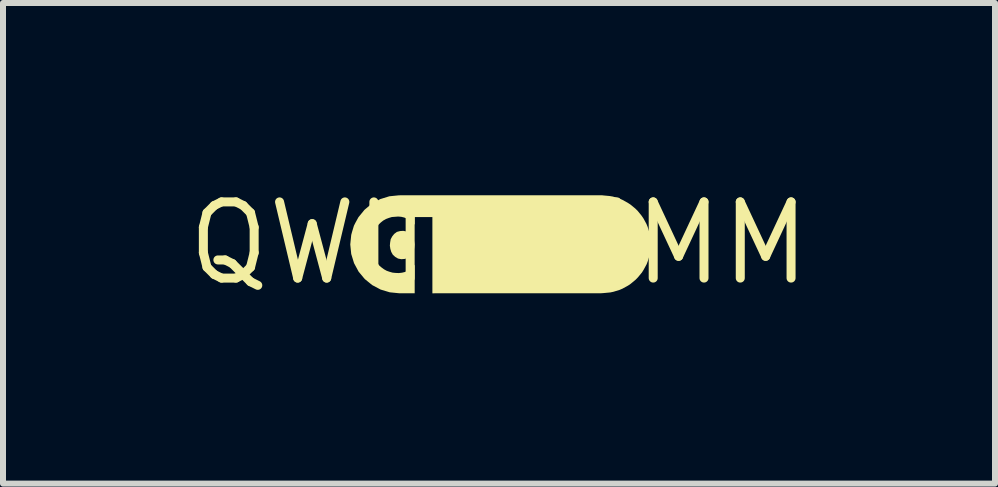
<source format=kicad_pcb>
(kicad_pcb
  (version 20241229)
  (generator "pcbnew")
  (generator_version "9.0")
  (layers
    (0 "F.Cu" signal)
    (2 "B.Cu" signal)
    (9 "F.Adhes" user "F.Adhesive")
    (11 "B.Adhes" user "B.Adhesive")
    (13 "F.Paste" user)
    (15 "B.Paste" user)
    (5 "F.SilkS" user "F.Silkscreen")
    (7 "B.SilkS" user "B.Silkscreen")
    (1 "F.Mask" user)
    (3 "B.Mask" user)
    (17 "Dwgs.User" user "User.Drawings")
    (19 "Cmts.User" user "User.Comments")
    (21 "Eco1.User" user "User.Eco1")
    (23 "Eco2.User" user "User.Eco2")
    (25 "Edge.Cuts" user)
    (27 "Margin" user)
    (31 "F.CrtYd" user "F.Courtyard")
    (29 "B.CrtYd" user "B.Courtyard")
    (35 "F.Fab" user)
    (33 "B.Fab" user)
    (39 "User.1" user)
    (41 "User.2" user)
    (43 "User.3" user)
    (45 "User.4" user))
  (footprint "QWIIC_5MM"
    (layer "F.Cu")
    (at 5.269 1.006)
    (property "Reference" "QWIIC_5MM" (at 0 0 0) (layer "F.SilkS") (effects (font (size 1.27 1.27) (thickness 0.15))))
    (fp_poly (pts (xy -1.543 -0.197) (xy -1.497 -0.17) (xy -1.457 -0.134) (xy -1.43 -0.086) (xy -1.416 -0.035) (xy -1.408 0.018) (xy -1.413 0.072) (xy -1.421 0.125) (xy -1.447 0.173) (xy -1.48 0.214) (xy -1.524 0.247) (xy -1.577 0.261) (xy -1.63 0.265) (xy -1.684 0.254) (xy -1.73 0.227) (xy -1.77 0.191) (xy -1.797 0.143) (xy -1.812 0.092) (xy -1.82 0.038) (xy -1.815 -0.015) (xy -1.806 -0.068) (xy -1.78 -0.116) (xy -1.747 -0.157) (xy -1.703 -0.19) (xy -1.65 -0.204) (xy -1.597 -0.208)) (stroke (width 0) (type default)) (fill yes) (layer "F.SilkS"))
    (fp_poly (pts (xy 1.741 -0.798) (xy 1.846 -0.788) (xy 1.899 -0.779) (xy 2 -0.747) (xy 2.05 -0.728) (xy 2.143 -0.677) (xy 2.188 -0.648) (xy 2.27 -0.581) (xy 2.308 -0.544) (xy 2.376 -0.461) (xy 2.406 -0.417) (xy 2.457 -0.324) (xy 2.477 -0.275) (xy 2.509 -0.173) (xy 2.519 -0.121) (xy 2.53 -0.015) (xy 2.531 0.038) (xy 2.52 0.144) (xy 2.511 0.197) (xy 2.48 0.298) (xy 2.461 0.348) (xy 2.41 0.442) (xy 2.382 0.487) (xy 2.314 0.569) (xy 2.277 0.607) (xy 2.195 0.675) (xy 2.151 0.705) (xy 2.058 0.756) (xy 2.009 0.777) (xy 1.907 0.808) (xy 1.855 0.819) (xy 1.749 0.829) (xy 1.696 0.833) (xy -1.054 0.833) (xy -1.111 0.834) (xy -1.111 -0.437) (xy -1.406 -0.437) (xy -1.406 -0.432) (xy -1.406 -0.311) (xy -1.448 -0.351) (xy -1.488 -0.384) (xy -1.533 -0.411) (xy -1.581 -0.43) (xy -1.631 -0.442) (xy -1.683 -0.446) (xy -1.787 -0.438) (xy -1.837 -0.423) (xy -1.885 -0.405) (xy -1.931 -0.379) (xy -1.971 -0.347) (xy -2.008 -0.311) (xy -2.039 -0.269) (xy -2.064 -0.223) (xy -2.086 -0.176) (xy -2.099 -0.125) (xy -2.11 -0.075) (xy -2.117 0.03) (xy -2.107 0.134) (xy -2.095 0.185) (xy -2.079 0.234) (xy -2.057 0.282) (xy -2.029 0.326) (xy -1.999 0.368) (xy -1.96 0.402) (xy -1.918 0.433) (xy -1.873 0.458) (xy -1.824 0.475) (xy -1.774 0.489) (xy -1.722 0.494) (xy -1.67 0.496) (xy -1.618 0.49) (xy -1.568 0.478) (xy -1.521 0.457) (xy -1.477 0.428) (xy -1.439 0.393) (xy -1.406 0.357) (xy -1.406 0.811) (xy -1.406 0.833) (xy -1.662 0.833) (xy -1.821 0.817) (xy -1.974 0.771) (xy -2.115 0.696) (xy -2.239 0.595) (xy -2.341 0.472) (xy -2.417 0.331) (xy -2.464 0.178) (xy -2.48 0.019) (xy -2.464 -0.14) (xy -2.45 -0.191) (xy -2.419 -0.293) (xy -2.395 -0.341) (xy -2.344 -0.434) (xy -2.243 -0.558) (xy -2.121 -0.661) (xy -1.98 -0.737) (xy -1.828 -0.784) (xy -1.669 -0.8) (xy -1.616 -0.801) (xy 1.716 -0.801)) (stroke (width 0) (type default)) (fill yes) (layer "F.SilkS")))
  (gr_rect
    (start -3 -3)
    (end 13.537 5.012)
    (stroke (width 0.1) (type default))
    (fill no)
    (layer "Edge.Cuts")))
</source>
